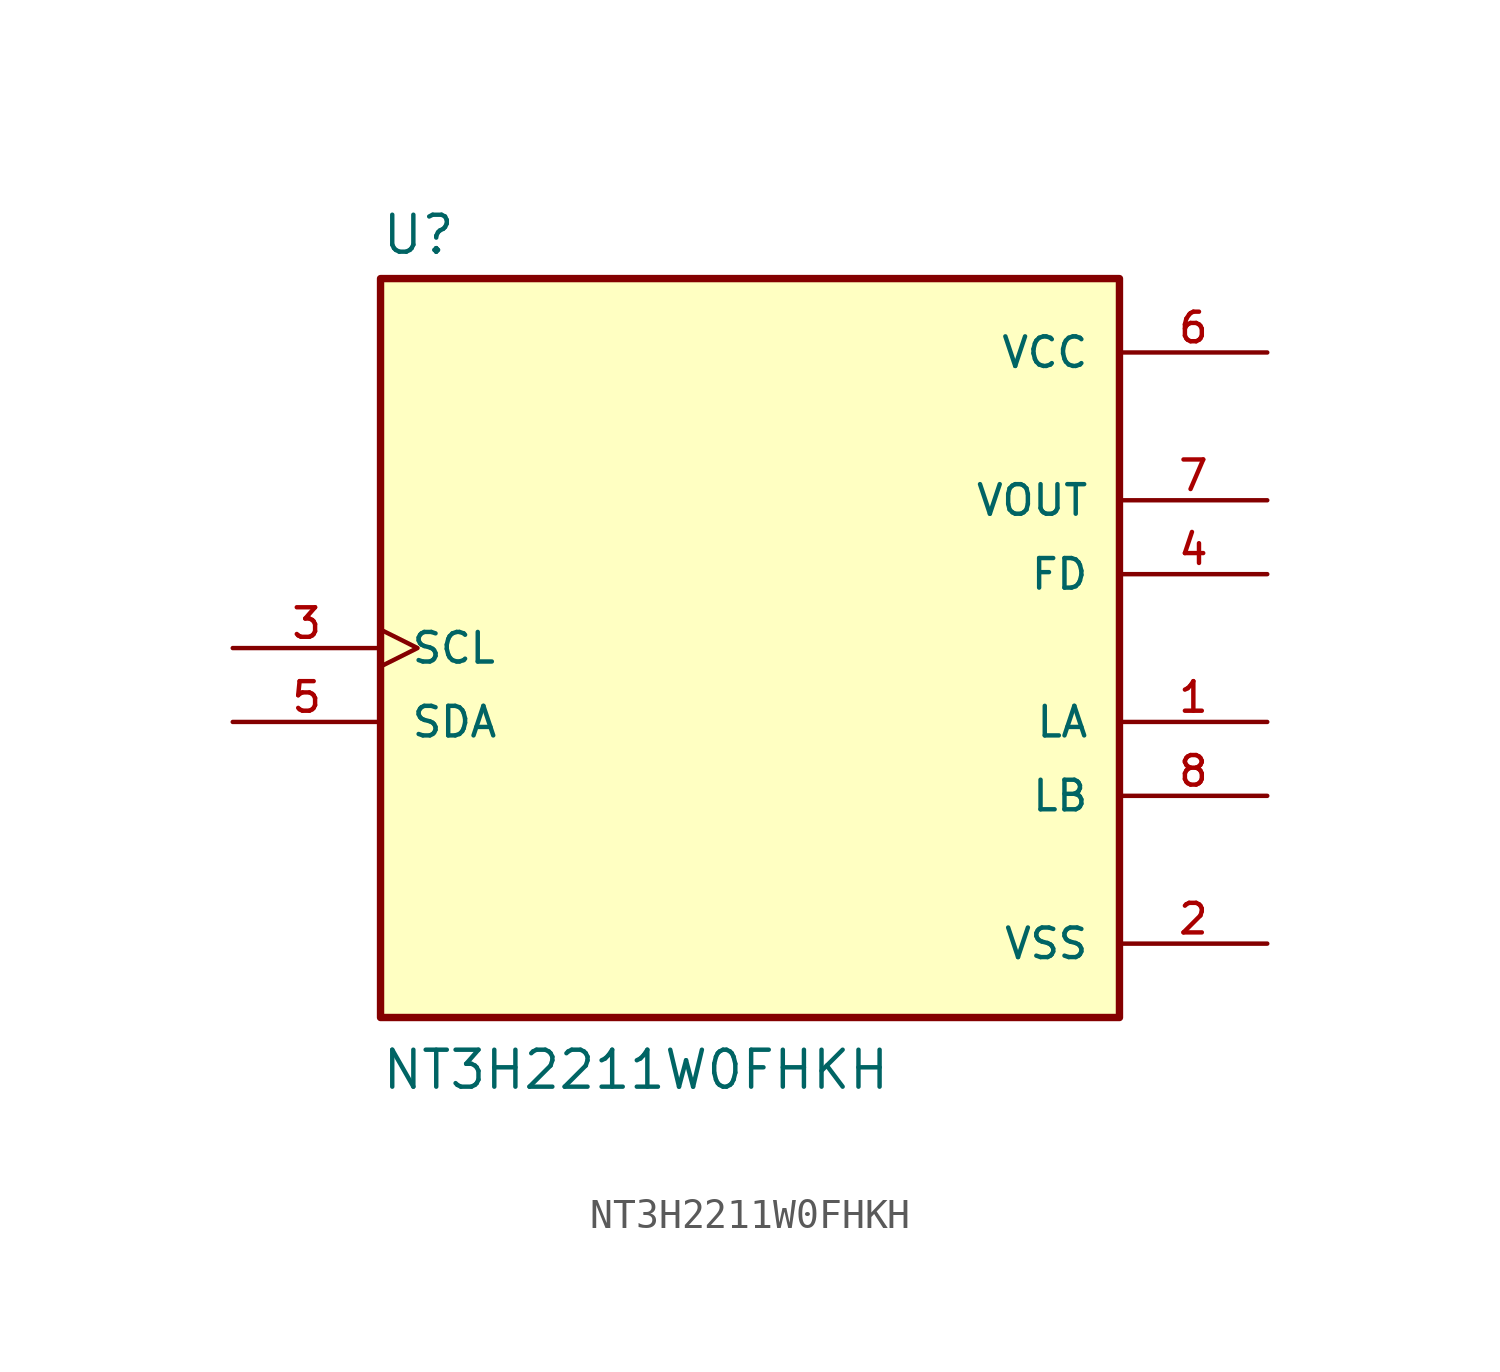
<source format=kicad_sym>
(kicad_symbol_lib
  (version 20211014)
  (generator kicad_symbol_editor)
  (symbol "NT3H2211W0FHKH"
    (pin_names
      (offset 1.016))
    (property "Reference" "U"
      (at -12.7 13.462 0)
      (effects (font (size 1.27 1.27)) (justify left bottom)))
    (property "Value" "NT3H2211W0FHKH"
      (at -12.7 -15.24 0)
      (effects (font (size 1.27 1.27)) (justify left bottom)))
    (property "ki_locked" ""
      (at 0 0 0)
      (effects (font (size 1.27 1.27))))
    (symbol "NT3H2211W0FHKH_0_0"
      (rectangle (start -12.7 -12.7) (end 12.7 12.7) (stroke (width 0.254) (type default) (color 0 0 0 0)) (fill (type background)))
      (pin bidirectional line (at 17.78 -2.54 180) (length 5.08) (name "LA" (effects (font (size 1.016 1.016)))) (number "1" (effects (font (size 1.016 1.016)))))
      (pin power_in line (at 17.78 -10.16 180) (length 5.08) (name "VSS" (effects (font (size 1.016 1.016)))) (number "2" (effects (font (size 1.016 1.016)))))
      (pin input clock (at -17.78 0 0) (length 5.08) (name "SCL" (effects (font (size 1.016 1.016)))) (number "3" (effects (font (size 1.016 1.016)))))
      (pin output line (at 17.78 2.54 180) (length 5.08) (name "FD" (effects (font (size 1.016 1.016)))) (number "4" (effects (font (size 1.016 1.016)))))
      (pin bidirectional line (at -17.78 -2.54 0) (length 5.08) (name "SDA" (effects (font (size 1.016 1.016)))) (number "5" (effects (font (size 1.016 1.016)))))
      (pin power_in line (at 17.78 10.16 180) (length 5.08) (name "VCC" (effects (font (size 1.016 1.016)))) (number "6" (effects (font (size 1.016 1.016)))))
      (pin output line (at 17.78 5.08 180) (length 5.08) (name "VOUT" (effects (font (size 1.016 1.016)))) (number "7" (effects (font (size 1.016 1.016)))))
      (pin bidirectional line (at 17.78 -5.08 180) (length 5.08) (name "LB" (effects (font (size 1.016 1.016)))) (number "8" (effects (font (size 1.016 1.016))))))))
</source>
